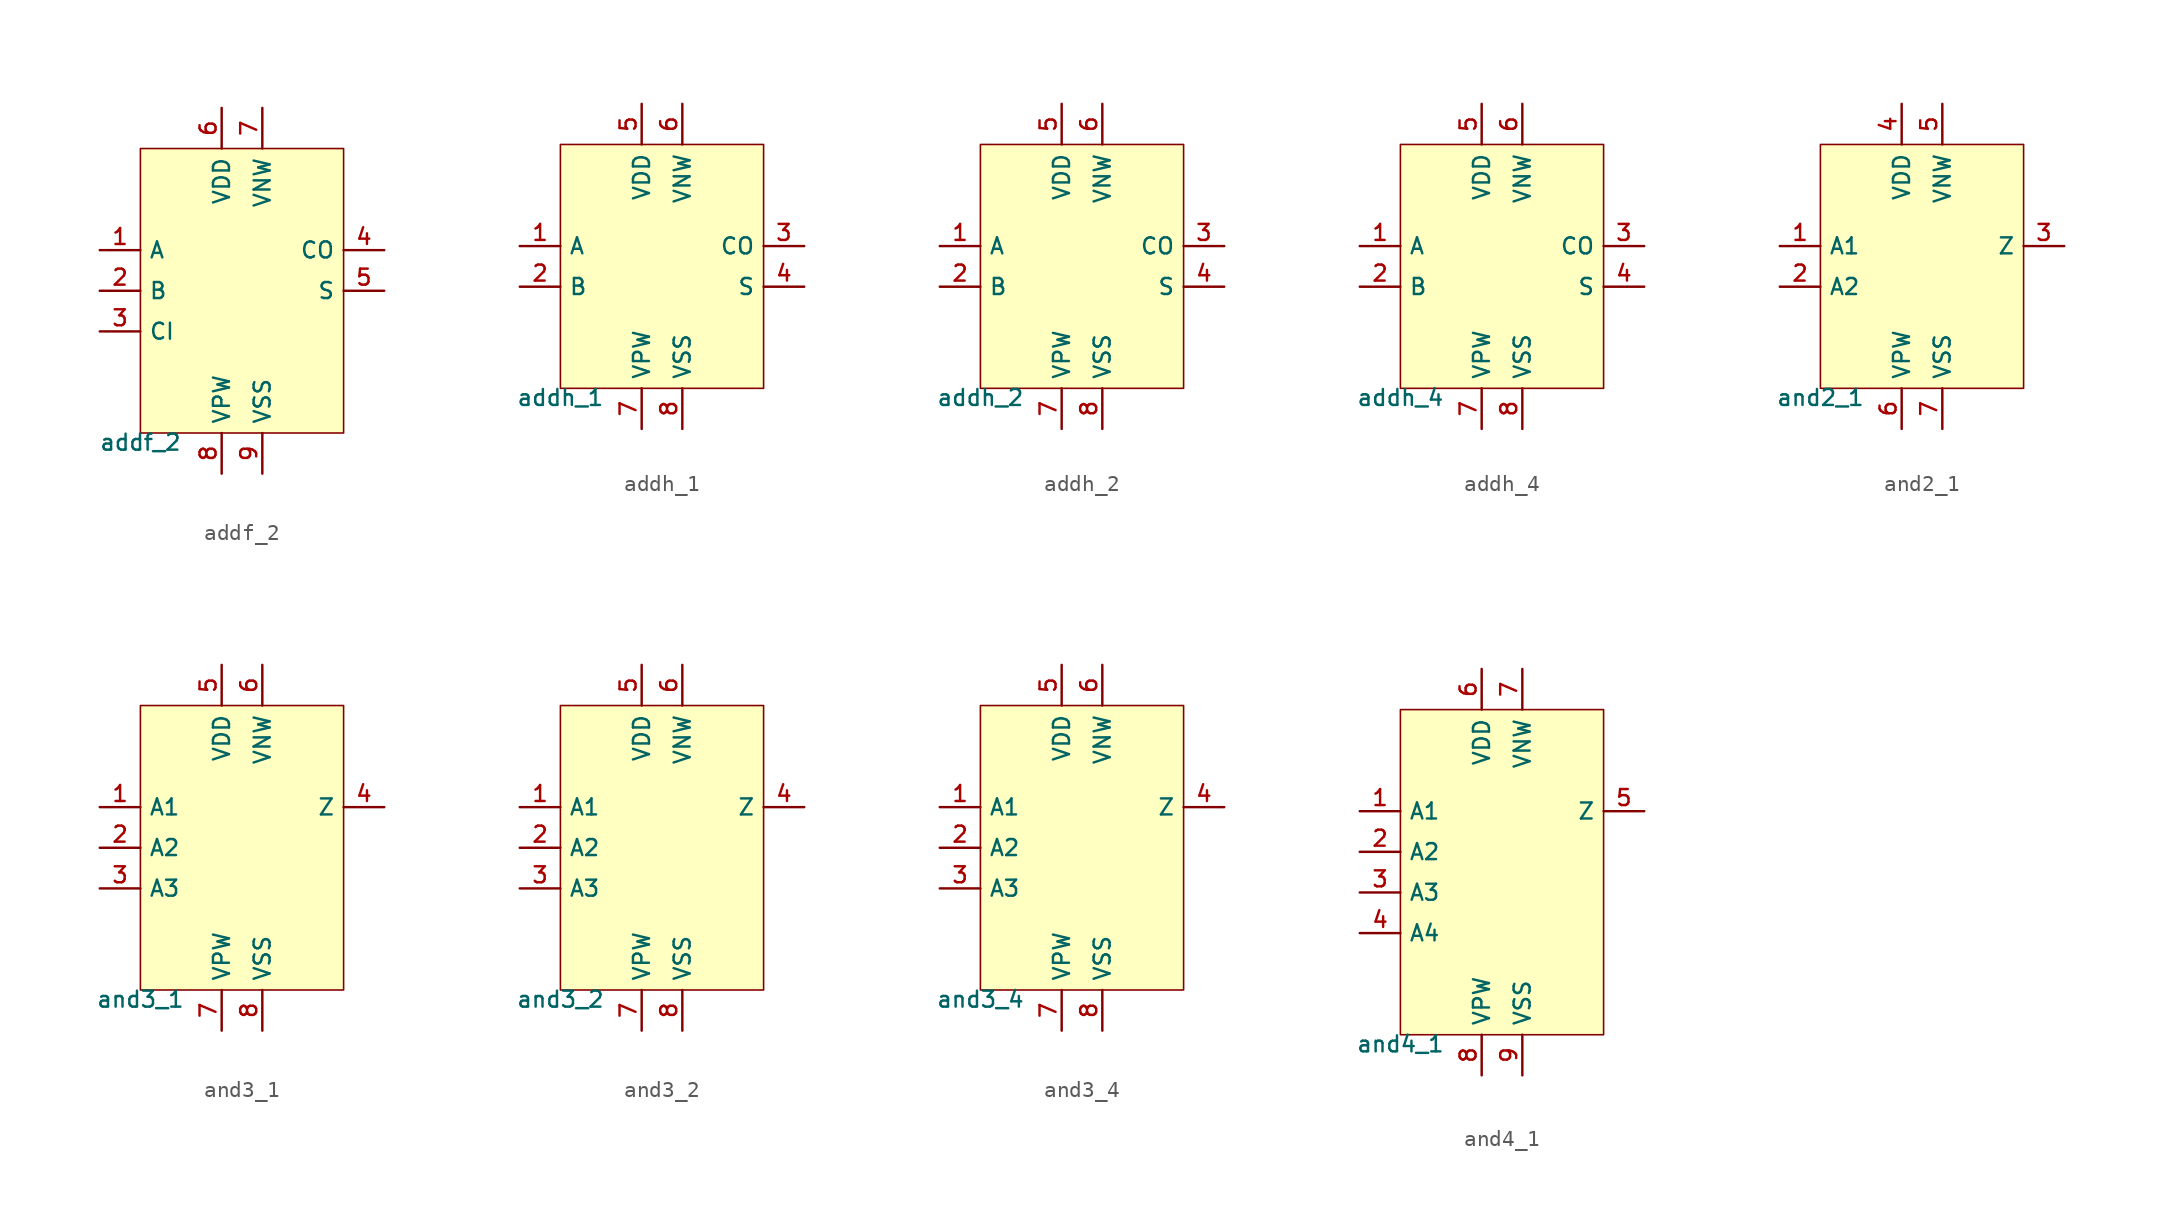
<source format=kicad_sym>
(kicad_symbol_lib
  (version 20211014)
  (generator pdk2kicad)
  (symbol "addf_2"
    (property "Reference" "X"
      (at 0 0 0)
      (effects (font (size 1 1)) hide))
    (property "Value" "addf_2"
      (at -6.35 -8.89 0)
      (effects (font (size 1 1)) (justify top)))
    (rectangle
      (start -6.35 -8.89)
      (end 6.35 8.89)
      (stroke (width 0.1) (type solid) (color 0 0 0 0))
      (fill (type background)))
    (pin input line
      (at -8.89 2.54 0)
      (length 2.54)
      (name "A" (effects (font (size 1 1)) hide))
      (number "1" (effects (font (size 1 1)) hide)))
    (pin input line
      (at -8.89 4.440892098500626e-16 0)
      (length 2.54)
      (name "B" (effects (font (size 1 1)) hide))
      (number "2" (effects (font (size 1 1)) hide)))
    (pin input line
      (at -8.89 -2.54 0)
      (length 2.54)
      (name "CI" (effects (font (size 1 1)) hide))
      (number "3" (effects (font (size 1 1)) hide)))
    (pin output line
      (at 8.89 2.54 180)
      (length 2.54)
      (name "CO" (effects (font (size 1 1)) hide))
      (number "4" (effects (font (size 1 1)) hide)))
    (pin output line
      (at 8.89 4.440892098500626e-16 180)
      (length 2.54)
      (name "S" (effects (font (size 1 1)) hide))
      (number "5" (effects (font (size 1 1)) hide)))
    (pin power_in line
      (at -1.27 11.43 270)
      (length 2.54)
      (name "VDD" (effects (font (size 1 1)) hide))
      (number "6" (effects (font (size 1 1)) hide)))
    (pin power_in line
      (at 1.27 11.43 270)
      (length 2.54)
      (name "VNW" (effects (font (size 1 1)) hide))
      (number "7" (effects (font (size 1 1)) hide)))
    (pin power_in line
      (at -1.27 -11.43 90)
      (length 2.54)
      (name "VPW" (effects (font (size 1 1)) hide))
      (number "8" (effects (font (size 1 1)) hide)))
    (pin power_in line
      (at 1.27 -11.43 90)
      (length 2.54)
      (name "VSS" (effects (font (size 1 1)) hide))
      (number "9" (effects (font (size 1 1)) hide))))
  (symbol "addh_1"
    (property "Reference" "X"
      (at 0 0 0)
      (effects (font (size 1 1)) hide))
    (property "Value" "addh_1"
      (at -6.35 -7.62 0)
      (effects (font (size 1 1)) (justify top)))
    (rectangle
      (start -6.35 -7.62)
      (end 6.35 7.62)
      (stroke (width 0.1) (type solid) (color 0 0 0 0))
      (fill (type background)))
    (pin input line
      (at -8.89 1.27 0)
      (length 2.54)
      (name "A" (effects (font (size 1 1)) hide))
      (number "1" (effects (font (size 1 1)) hide)))
    (pin input line
      (at -8.89 -1.27 0)
      (length 2.54)
      (name "B" (effects (font (size 1 1)) hide))
      (number "2" (effects (font (size 1 1)) hide)))
    (pin output line
      (at 8.89 1.27 180)
      (length 2.54)
      (name "CO" (effects (font (size 1 1)) hide))
      (number "3" (effects (font (size 1 1)) hide)))
    (pin output line
      (at 8.89 -1.27 180)
      (length 2.54)
      (name "S" (effects (font (size 1 1)) hide))
      (number "4" (effects (font (size 1 1)) hide)))
    (pin power_in line
      (at -1.27 10.16 270)
      (length 2.54)
      (name "VDD" (effects (font (size 1 1)) hide))
      (number "5" (effects (font (size 1 1)) hide)))
    (pin power_in line
      (at 1.27 10.16 270)
      (length 2.54)
      (name "VNW" (effects (font (size 1 1)) hide))
      (number "6" (effects (font (size 1 1)) hide)))
    (pin power_in line
      (at -1.27 -10.16 90)
      (length 2.54)
      (name "VPW" (effects (font (size 1 1)) hide))
      (number "7" (effects (font (size 1 1)) hide)))
    (pin power_in line
      (at 1.27 -10.16 90)
      (length 2.54)
      (name "VSS" (effects (font (size 1 1)) hide))
      (number "8" (effects (font (size 1 1)) hide))))
  (symbol "addh_2"
    (property "Reference" "X"
      (at 0 0 0)
      (effects (font (size 1 1)) hide))
    (property "Value" "addh_2"
      (at -6.35 -7.62 0)
      (effects (font (size 1 1)) (justify top)))
    (rectangle
      (start -6.35 -7.62)
      (end 6.35 7.62)
      (stroke (width 0.1) (type solid) (color 0 0 0 0))
      (fill (type background)))
    (pin input line
      (at -8.89 1.27 0)
      (length 2.54)
      (name "A" (effects (font (size 1 1)) hide))
      (number "1" (effects (font (size 1 1)) hide)))
    (pin input line
      (at -8.89 -1.27 0)
      (length 2.54)
      (name "B" (effects (font (size 1 1)) hide))
      (number "2" (effects (font (size 1 1)) hide)))
    (pin output line
      (at 8.89 1.27 180)
      (length 2.54)
      (name "CO" (effects (font (size 1 1)) hide))
      (number "3" (effects (font (size 1 1)) hide)))
    (pin output line
      (at 8.89 -1.27 180)
      (length 2.54)
      (name "S" (effects (font (size 1 1)) hide))
      (number "4" (effects (font (size 1 1)) hide)))
    (pin power_in line
      (at -1.27 10.16 270)
      (length 2.54)
      (name "VDD" (effects (font (size 1 1)) hide))
      (number "5" (effects (font (size 1 1)) hide)))
    (pin power_in line
      (at 1.27 10.16 270)
      (length 2.54)
      (name "VNW" (effects (font (size 1 1)) hide))
      (number "6" (effects (font (size 1 1)) hide)))
    (pin power_in line
      (at -1.27 -10.16 90)
      (length 2.54)
      (name "VPW" (effects (font (size 1 1)) hide))
      (number "7" (effects (font (size 1 1)) hide)))
    (pin power_in line
      (at 1.27 -10.16 90)
      (length 2.54)
      (name "VSS" (effects (font (size 1 1)) hide))
      (number "8" (effects (font (size 1 1)) hide))))
  (symbol "addh_4"
    (property "Reference" "X"
      (at 0 0 0)
      (effects (font (size 1 1)) hide))
    (property "Value" "addh_4"
      (at -6.35 -7.62 0)
      (effects (font (size 1 1)) (justify top)))
    (rectangle
      (start -6.35 -7.62)
      (end 6.35 7.62)
      (stroke (width 0.1) (type solid) (color 0 0 0 0))
      (fill (type background)))
    (pin input line
      (at -8.89 1.27 0)
      (length 2.54)
      (name "A" (effects (font (size 1 1)) hide))
      (number "1" (effects (font (size 1 1)) hide)))
    (pin input line
      (at -8.89 -1.27 0)
      (length 2.54)
      (name "B" (effects (font (size 1 1)) hide))
      (number "2" (effects (font (size 1 1)) hide)))
    (pin output line
      (at 8.89 1.27 180)
      (length 2.54)
      (name "CO" (effects (font (size 1 1)) hide))
      (number "3" (effects (font (size 1 1)) hide)))
    (pin output line
      (at 8.89 -1.27 180)
      (length 2.54)
      (name "S" (effects (font (size 1 1)) hide))
      (number "4" (effects (font (size 1 1)) hide)))
    (pin power_in line
      (at -1.27 10.16 270)
      (length 2.54)
      (name "VDD" (effects (font (size 1 1)) hide))
      (number "5" (effects (font (size 1 1)) hide)))
    (pin power_in line
      (at 1.27 10.16 270)
      (length 2.54)
      (name "VNW" (effects (font (size 1 1)) hide))
      (number "6" (effects (font (size 1 1)) hide)))
    (pin power_in line
      (at -1.27 -10.16 90)
      (length 2.54)
      (name "VPW" (effects (font (size 1 1)) hide))
      (number "7" (effects (font (size 1 1)) hide)))
    (pin power_in line
      (at 1.27 -10.16 90)
      (length 2.54)
      (name "VSS" (effects (font (size 1 1)) hide))
      (number "8" (effects (font (size 1 1)) hide))))
  (symbol "and2_1"
    (property "Reference" "X"
      (at 0 0 0)
      (effects (font (size 1 1)) hide))
    (property "Value" "and2_1"
      (at -6.35 -7.62 0)
      (effects (font (size 1 1)) (justify top)))
    (rectangle
      (start -6.35 -7.62)
      (end 6.35 7.62)
      (stroke (width 0.1) (type solid) (color 0 0 0 0))
      (fill (type background)))
    (pin input line
      (at -8.89 1.27 0)
      (length 2.54)
      (name "A1" (effects (font (size 1 1)) hide))
      (number "1" (effects (font (size 1 1)) hide)))
    (pin input line
      (at -8.89 -1.27 0)
      (length 2.54)
      (name "A2" (effects (font (size 1 1)) hide))
      (number "2" (effects (font (size 1 1)) hide)))
    (pin output line
      (at 8.89 1.27 180)
      (length 2.54)
      (name "Z" (effects (font (size 1 1)) hide))
      (number "3" (effects (font (size 1 1)) hide)))
    (pin power_in line
      (at -1.27 10.16 270)
      (length 2.54)
      (name "VDD" (effects (font (size 1 1)) hide))
      (number "4" (effects (font (size 1 1)) hide)))
    (pin power_in line
      (at 1.27 10.16 270)
      (length 2.54)
      (name "VNW" (effects (font (size 1 1)) hide))
      (number "5" (effects (font (size 1 1)) hide)))
    (pin power_in line
      (at -1.27 -10.16 90)
      (length 2.54)
      (name "VPW" (effects (font (size 1 1)) hide))
      (number "6" (effects (font (size 1 1)) hide)))
    (pin power_in line
      (at 1.27 -10.16 90)
      (length 2.54)
      (name "VSS" (effects (font (size 1 1)) hide))
      (number "7" (effects (font (size 1 1)) hide))))
  (symbol "and3_1"
    (property "Reference" "X"
      (at 0 0 0)
      (effects (font (size 1 1)) hide))
    (property "Value" "and3_1"
      (at -6.35 -8.89 0)
      (effects (font (size 1 1)) (justify top)))
    (rectangle
      (start -6.35 -8.89)
      (end 6.35 8.89)
      (stroke (width 0.1) (type solid) (color 0 0 0 0))
      (fill (type background)))
    (pin input line
      (at -8.89 2.54 0)
      (length 2.54)
      (name "A1" (effects (font (size 1 1)) hide))
      (number "1" (effects (font (size 1 1)) hide)))
    (pin input line
      (at -8.89 4.440892098500626e-16 0)
      (length 2.54)
      (name "A2" (effects (font (size 1 1)) hide))
      (number "2" (effects (font (size 1 1)) hide)))
    (pin input line
      (at -8.89 -2.54 0)
      (length 2.54)
      (name "A3" (effects (font (size 1 1)) hide))
      (number "3" (effects (font (size 1 1)) hide)))
    (pin output line
      (at 8.89 2.54 180)
      (length 2.54)
      (name "Z" (effects (font (size 1 1)) hide))
      (number "4" (effects (font (size 1 1)) hide)))
    (pin power_in line
      (at -1.27 11.43 270)
      (length 2.54)
      (name "VDD" (effects (font (size 1 1)) hide))
      (number "5" (effects (font (size 1 1)) hide)))
    (pin power_in line
      (at 1.27 11.43 270)
      (length 2.54)
      (name "VNW" (effects (font (size 1 1)) hide))
      (number "6" (effects (font (size 1 1)) hide)))
    (pin power_in line
      (at -1.27 -11.43 90)
      (length 2.54)
      (name "VPW" (effects (font (size 1 1)) hide))
      (number "7" (effects (font (size 1 1)) hide)))
    (pin power_in line
      (at 1.27 -11.43 90)
      (length 2.54)
      (name "VSS" (effects (font (size 1 1)) hide))
      (number "8" (effects (font (size 1 1)) hide))))
  (symbol "and3_2"
    (property "Reference" "X"
      (at 0 0 0)
      (effects (font (size 1 1)) hide))
    (property "Value" "and3_2"
      (at -6.35 -8.89 0)
      (effects (font (size 1 1)) (justify top)))
    (rectangle
      (start -6.35 -8.89)
      (end 6.35 8.89)
      (stroke (width 0.1) (type solid) (color 0 0 0 0))
      (fill (type background)))
    (pin input line
      (at -8.89 2.54 0)
      (length 2.54)
      (name "A1" (effects (font (size 1 1)) hide))
      (number "1" (effects (font (size 1 1)) hide)))
    (pin input line
      (at -8.89 4.440892098500626e-16 0)
      (length 2.54)
      (name "A2" (effects (font (size 1 1)) hide))
      (number "2" (effects (font (size 1 1)) hide)))
    (pin input line
      (at -8.89 -2.54 0)
      (length 2.54)
      (name "A3" (effects (font (size 1 1)) hide))
      (number "3" (effects (font (size 1 1)) hide)))
    (pin output line
      (at 8.89 2.54 180)
      (length 2.54)
      (name "Z" (effects (font (size 1 1)) hide))
      (number "4" (effects (font (size 1 1)) hide)))
    (pin power_in line
      (at -1.27 11.43 270)
      (length 2.54)
      (name "VDD" (effects (font (size 1 1)) hide))
      (number "5" (effects (font (size 1 1)) hide)))
    (pin power_in line
      (at 1.27 11.43 270)
      (length 2.54)
      (name "VNW" (effects (font (size 1 1)) hide))
      (number "6" (effects (font (size 1 1)) hide)))
    (pin power_in line
      (at -1.27 -11.43 90)
      (length 2.54)
      (name "VPW" (effects (font (size 1 1)) hide))
      (number "7" (effects (font (size 1 1)) hide)))
    (pin power_in line
      (at 1.27 -11.43 90)
      (length 2.54)
      (name "VSS" (effects (font (size 1 1)) hide))
      (number "8" (effects (font (size 1 1)) hide))))
  (symbol "and3_4"
    (property "Reference" "X"
      (at 0 0 0)
      (effects (font (size 1 1)) hide))
    (property "Value" "and3_4"
      (at -6.35 -8.89 0)
      (effects (font (size 1 1)) (justify top)))
    (rectangle
      (start -6.35 -8.89)
      (end 6.35 8.89)
      (stroke (width 0.1) (type solid) (color 0 0 0 0))
      (fill (type background)))
    (pin input line
      (at -8.89 2.54 0)
      (length 2.54)
      (name "A1" (effects (font (size 1 1)) hide))
      (number "1" (effects (font (size 1 1)) hide)))
    (pin input line
      (at -8.89 4.440892098500626e-16 0)
      (length 2.54)
      (name "A2" (effects (font (size 1 1)) hide))
      (number "2" (effects (font (size 1 1)) hide)))
    (pin input line
      (at -8.89 -2.54 0)
      (length 2.54)
      (name "A3" (effects (font (size 1 1)) hide))
      (number "3" (effects (font (size 1 1)) hide)))
    (pin output line
      (at 8.89 2.54 180)
      (length 2.54)
      (name "Z" (effects (font (size 1 1)) hide))
      (number "4" (effects (font (size 1 1)) hide)))
    (pin power_in line
      (at -1.27 11.43 270)
      (length 2.54)
      (name "VDD" (effects (font (size 1 1)) hide))
      (number "5" (effects (font (size 1 1)) hide)))
    (pin power_in line
      (at 1.27 11.43 270)
      (length 2.54)
      (name "VNW" (effects (font (size 1 1)) hide))
      (number "6" (effects (font (size 1 1)) hide)))
    (pin power_in line
      (at -1.27 -11.43 90)
      (length 2.54)
      (name "VPW" (effects (font (size 1 1)) hide))
      (number "7" (effects (font (size 1 1)) hide)))
    (pin power_in line
      (at 1.27 -11.43 90)
      (length 2.54)
      (name "VSS" (effects (font (size 1 1)) hide))
      (number "8" (effects (font (size 1 1)) hide))))
  (symbol "and4_1"
    (property "Reference" "X"
      (at 0 0 0)
      (effects (font (size 1 1)) hide))
    (property "Value" "and4_1"
      (at -6.35 -10.16 0)
      (effects (font (size 1 1)) (justify top)))
    (rectangle
      (start -6.35 -10.16)
      (end 6.35 10.16)
      (stroke (width 0.1) (type solid) (color 0 0 0 0))
      (fill (type background)))
    (pin input line
      (at -8.89 3.81 0)
      (length 2.54)
      (name "A1" (effects (font (size 1 1)) hide))
      (number "1" (effects (font (size 1 1)) hide)))
    (pin input line
      (at -8.89 1.27 0)
      (length 2.54)
      (name "A2" (effects (font (size 1 1)) hide))
      (number "2" (effects (font (size 1 1)) hide)))
    (pin input line
      (at -8.89 -1.27 0)
      (length 2.54)
      (name "A3" (effects (font (size 1 1)) hide))
      (number "3" (effects (font (size 1 1)) hide)))
    (pin input line
      (at -8.89 -3.81 0)
      (length 2.54)
      (name "A4" (effects (font (size 1 1)) hide))
      (number "4" (effects (font (size 1 1)) hide)))
    (pin output line
      (at 8.89 3.81 180)
      (length 2.54)
      (name "Z" (effects (font (size 1 1)) hide))
      (number "5" (effects (font (size 1 1)) hide)))
    (pin power_in line
      (at -1.27 12.7 270)
      (length 2.54)
      (name "VDD" (effects (font (size 1 1)) hide))
      (number "6" (effects (font (size 1 1)) hide)))
    (pin power_in line
      (at 1.27 12.7 270)
      (length 2.54)
      (name "VNW" (effects (font (size 1 1)) hide))
      (number "7" (effects (font (size 1 1)) hide)))
    (pin power_in line
      (at -1.27 -12.7 90)
      (length 2.54)
      (name "VPW" (effects (font (size 1 1)) hide))
      (number "8" (effects (font (size 1 1)) hide)))
    (pin power_in line
      (at 1.27 -12.7 90)
      (length 2.54)
      (name "VSS" (effects (font (size 1 1)) hide))
      (number "9" (effects (font (size 1 1)) hide)))))
</source>
